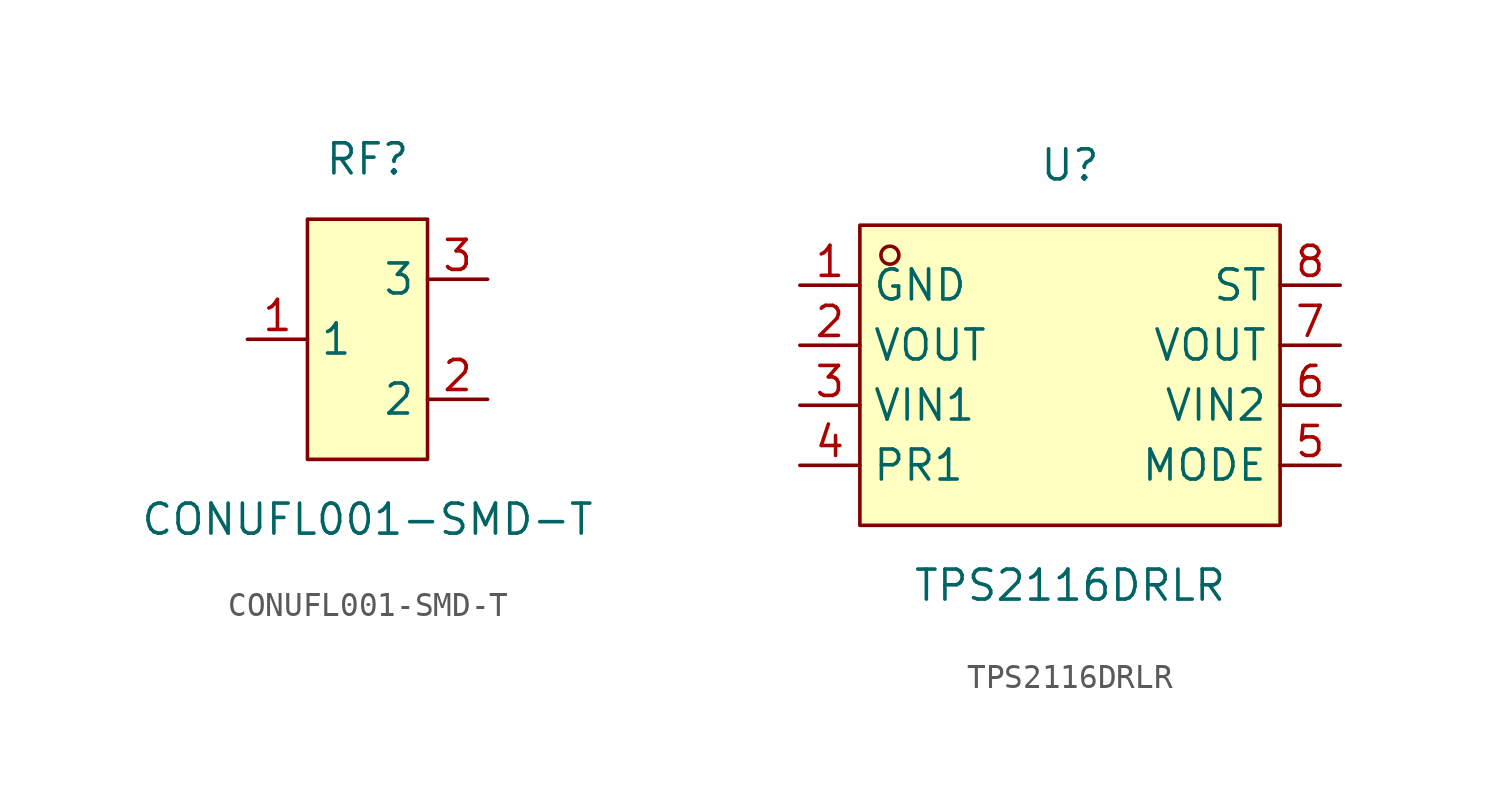
<source format=kicad_sym>
(kicad_symbol_lib
  (version 20241209)
  (generator "kicad_symbol_editor")
  (generator_version "9.0")
  (symbol "CONUFL001-SMD-T"
    (property "Reference" "RF"
      (at 0 7.62 0)
      (effects (font (size 1.27 1.27))))
    (property "Value" "CONUFL001-SMD-T"
      (at 0 -7.62 0)
      (effects (font (size 1.27 1.27))))
    (symbol "CONUFL001-SMD-T_0_1"
      (rectangle (start -2.54 5.08) (end 2.54 -5.08) (stroke (width 0) (type default) (color 0 0 0 0)) (fill (type background)))
      (pin unspecified line (at -5.08 -0.00 0) (length 2.54) (name "1" (effects (font (size 1.27 1.27)))) (number "1" (effects (font (size 1.27 1.27)))))
      (pin unspecified line (at 5.08 2.54 180) (length 2.54) (name "3" (effects (font (size 1.27 1.27)))) (number "3" (effects (font (size 1.27 1.27)))))
      (pin unspecified line (at 5.08 -2.54 180) (length 2.54) (name "2" (effects (font (size 1.27 1.27)))) (number "2" (effects (font (size 1.27 1.27)))))))
  (symbol "TPS2116DRLR"
    (property "Reference" "U"
      (at 0 8.89 0)
      (effects (font (size 1.27 1.27))))
    (property "Value" "TPS2116DRLR"
      (at 0 -8.89 0)
      (effects (font (size 1.27 1.27))))
    (symbol "TPS2116DRLR_0_1"
      (rectangle (start -8.89 6.35) (end 8.89 -6.35) (stroke (width 0) (type default) (color 0 0 0 0)) (fill (type background)))
      (circle (center -7.62 5.08) (radius 0.38) (stroke (width 0) (type default) (color 0 0 0 0)) (fill (type none)))
      (pin unspecified line (at -11.43 3.81 0) (length 2.54) (name "GND" (effects (font (size 1.27 1.27)))) (number "1" (effects (font (size 1.27 1.27)))))
      (pin unspecified line (at -11.43 1.27 0) (length 2.54) (name "VOUT" (effects (font (size 1.27 1.27)))) (number "2" (effects (font (size 1.27 1.27)))))
      (pin unspecified line (at -11.43 -1.27 0) (length 2.54) (name "VIN1" (effects (font (size 1.27 1.27)))) (number "3" (effects (font (size 1.27 1.27)))))
      (pin unspecified line (at -11.43 -3.81 0) (length 2.54) (name "PR1" (effects (font (size 1.27 1.27)))) (number "4" (effects (font (size 1.27 1.27)))))
      (pin unspecified line (at 11.43 -3.81 180) (length 2.54) (name "MODE" (effects (font (size 1.27 1.27)))) (number "5" (effects (font (size 1.27 1.27)))))
      (pin unspecified line (at 11.43 -1.27 180) (length 2.54) (name "VIN2" (effects (font (size 1.27 1.27)))) (number "6" (effects (font (size 1.27 1.27)))))
      (pin unspecified line (at 11.43 1.27 180) (length 2.54) (name "VOUT" (effects (font (size 1.27 1.27)))) (number "7" (effects (font (size 1.27 1.27)))))
      (pin unspecified line (at 11.43 3.81 180) (length 2.54) (name "ST" (effects (font (size 1.27 1.27)))) (number "8" (effects (font (size 1.27 1.27))))))))
</source>
